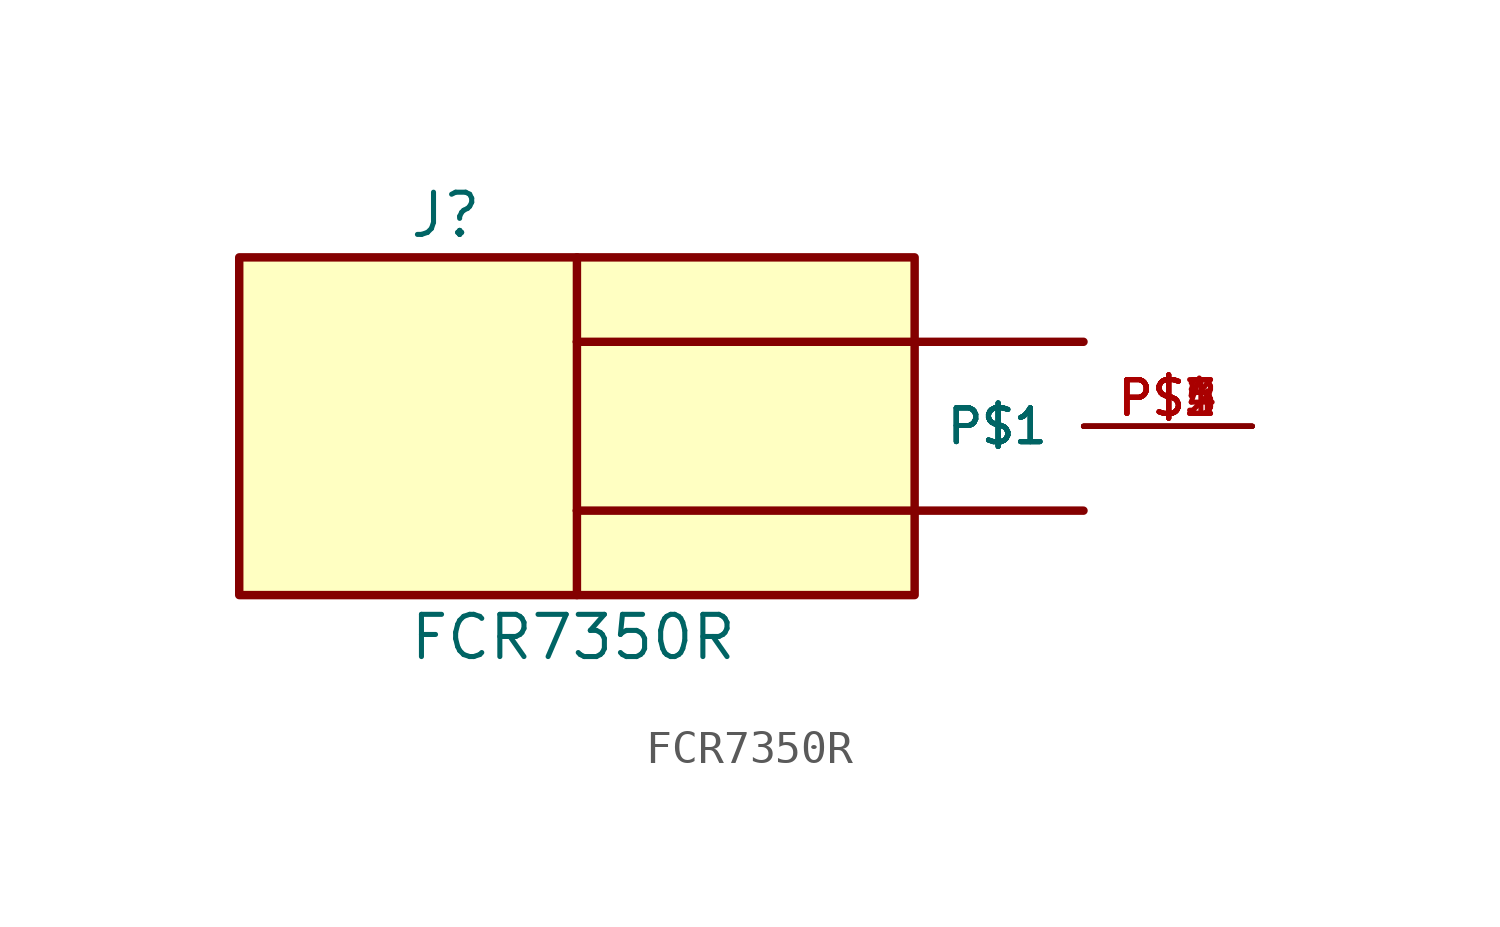
<source format=kicad_sym>
(kicad_symbol_lib
  (version 20211014)
  (generator kicad_symbol_editor)
  (symbol "FCR7350R"
    (pin_names
      (offset 1.016))
    (property "Reference" "J"
      (at -7.62 6.35 0)
      (effects (font (size 1.27 1.27)) (justify left)))
    (property "Value" "FCR7350R"
      (at -7.62 -6.35 0)
      (effects (font (size 1.27 1.27)) (justify left)))
    (symbol "FCR7350R_0_0"
      (polyline (pts (xy -2.54 -5.08) (xy -2.54 -2.54)) (stroke (width 0.254)))
      (polyline (pts (xy -2.54 -2.54) (xy -2.54 2.54)) (stroke (width 0.254)))
      (polyline (pts (xy -2.54 2.54) (xy -2.54 5.08)) (stroke (width 0.254)))
      (polyline (pts (xy -2.54 2.54) (xy 12.7 2.54)) (stroke (width 0.254)))
      (polyline (pts (xy 12.7 -2.54) (xy -2.54 -2.54)) (stroke (width 0.254)))
      (rectangle (start -12.7 -5.08) (end 7.62 5.08) (stroke (width 0.254)) (fill (type background)))
      (pin bidirectional line (at 17.78 0.0 180.0) (length 5.08) (name "P$1" (effects (font (size 1.016 1.016)))) (number "P$1" (effects (font (size 1.016 1.016)))))
      (pin bidirectional line (at 17.78 0.0 180.0) (length 5.08) (name "P$1" (effects (font (size 1.016 1.016)))) (number "P$2" (effects (font (size 1.016 1.016)))))
      (pin bidirectional line (at 17.78 0.0 180.0) (length 5.08) (name "P$1" (effects (font (size 1.016 1.016)))) (number "P$3" (effects (font (size 1.016 1.016)))))
      (pin bidirectional line (at 17.78 0.0 180.0) (length 5.08) (name "P$1" (effects (font (size 1.016 1.016)))) (number "P$4" (effects (font (size 1.016 1.016)))))
      (pin bidirectional line (at 17.78 0.0 180.0) (length 5.08) (name "P$1" (effects (font (size 1.016 1.016)))) (number "P$5" (effects (font (size 1.016 1.016))))))))
</source>
